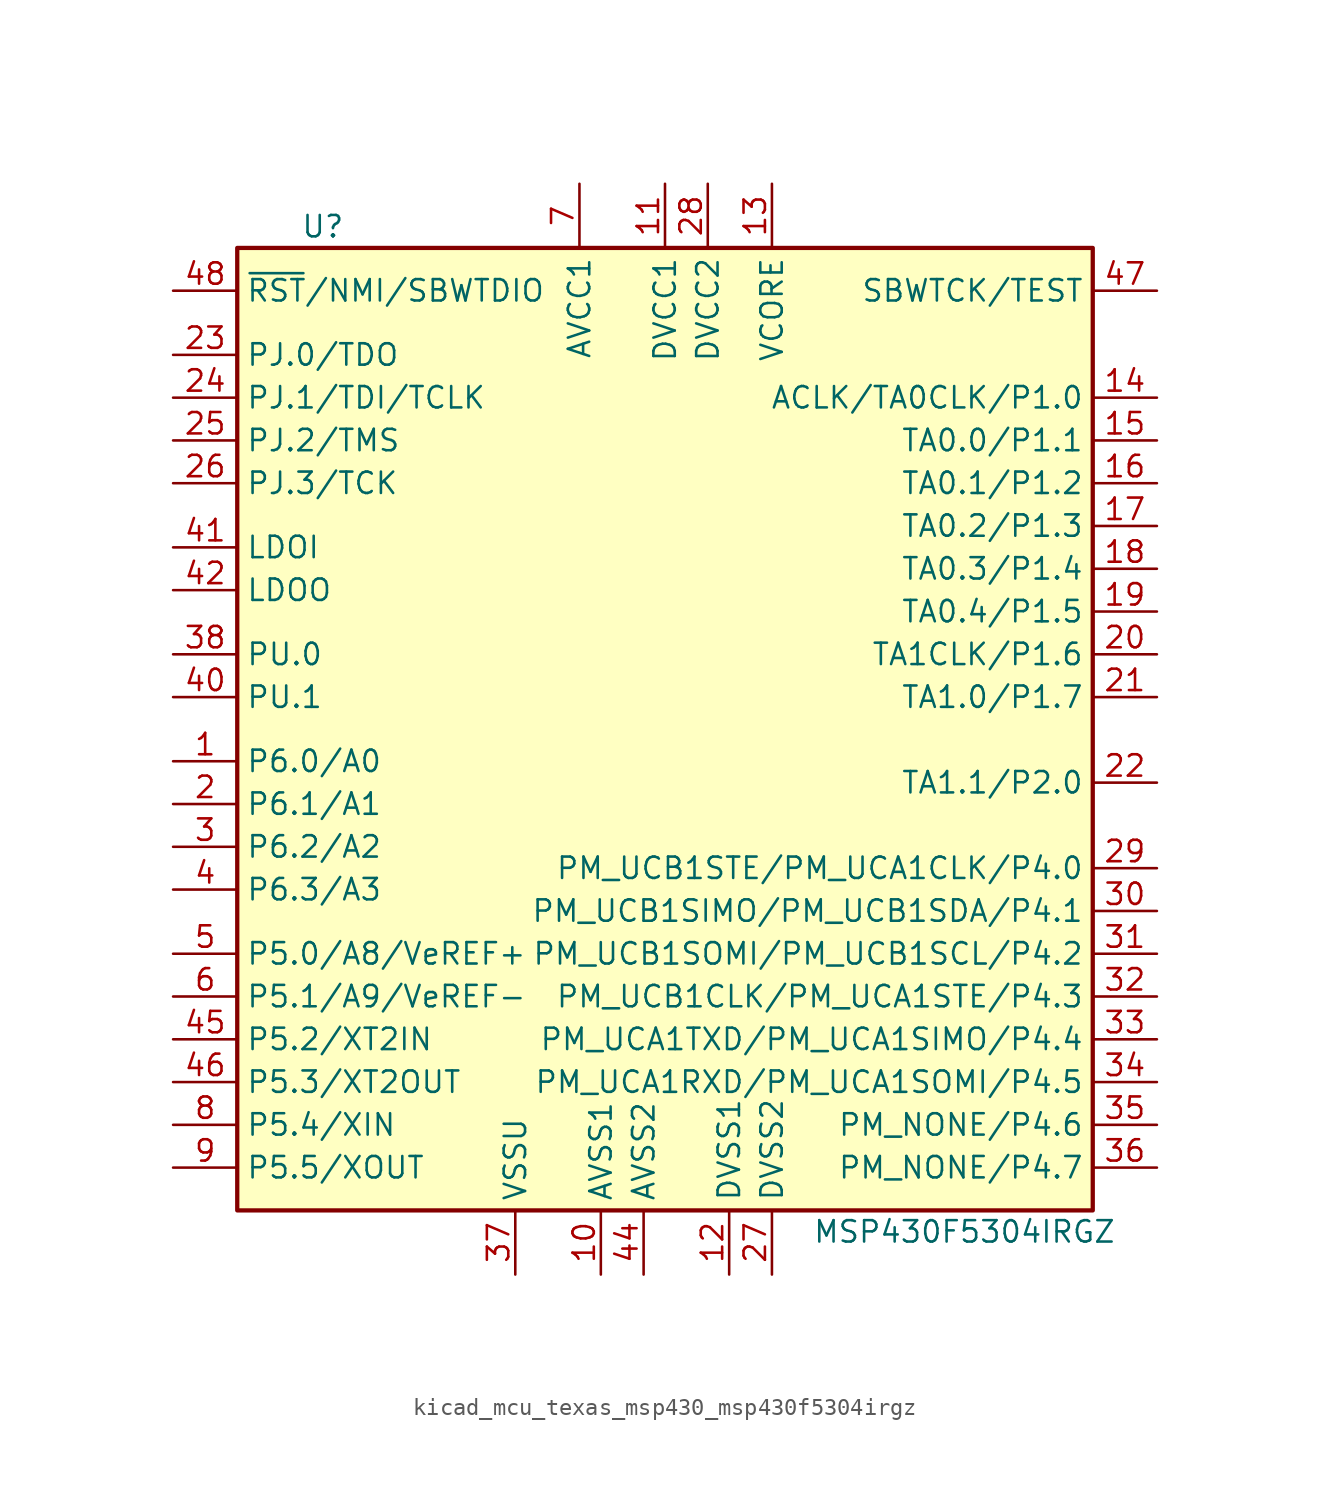
<source format=kicad_sym>
(kicad_symbol_lib
  (version 20220914)
  (generator kicad_symbol_editor)
  (symbol "kicad_mcu_texas_msp430_msp430f5304irgz"
    (property "Reference" "U"
      (at -21.59 30.48 0)
      (effects (font (size 1.27 1.27))))
    (property "Value" "MSP430F5304IRGZ"
      (at 16.51 -29.21 0)
      (effects (font (size 1.27 1.27))))
    (symbol "kicad_mcu_texas_msp430_msp430f5304irgz_0_1"
      (rectangle (start -26.67 29.21) (end 24.13 -27.94) (stroke (width 0.254) (type default)) (fill (type background))))
    (symbol "kicad_mcu_texas_msp430_msp430f5304irgz_1_1"
      (pin bidirectional line (at -30.48 -1.27 0) (length 3.81) (name "P6.0/A0" (effects (font (size 1.27 1.27)))) (number "1" (effects (font (size 1.27 1.27)))))
      (pin power_in line (at -5.08 -31.75 90) (length 3.81) (name "AVSS1" (effects (font (size 1.27 1.27)))) (number "10" (effects (font (size 1.27 1.27)))))
      (pin power_in line (at -1.27 33.02 270) (length 3.81) (name "DVCC1" (effects (font (size 1.27 1.27)))) (number "11" (effects (font (size 1.27 1.27)))))
      (pin power_in line (at 2.54 -31.75 90) (length 3.81) (name "DVSS1" (effects (font (size 1.27 1.27)))) (number "12" (effects (font (size 1.27 1.27)))))
      (pin bidirectional line (at 5.08 33.02 270) (length 3.81) (name "VCORE" (effects (font (size 1.27 1.27)))) (number "13" (effects (font (size 1.27 1.27)))))
      (pin bidirectional line (at 27.94 20.32 180) (length 3.81) (name "ACLK/TA0CLK/P1.0" (effects (font (size 1.27 1.27)))) (number "14" (effects (font (size 1.27 1.27)))))
      (pin bidirectional line (at 27.94 17.78 180) (length 3.81) (name "TA0.0/P1.1" (effects (font (size 1.27 1.27)))) (number "15" (effects (font (size 1.27 1.27)))))
      (pin bidirectional line (at 27.94 15.24 180) (length 3.81) (name "TA0.1/P1.2" (effects (font (size 1.27 1.27)))) (number "16" (effects (font (size 1.27 1.27)))))
      (pin bidirectional line (at 27.94 12.7 180) (length 3.81) (name "TA0.2/P1.3" (effects (font (size 1.27 1.27)))) (number "17" (effects (font (size 1.27 1.27)))))
      (pin bidirectional line (at 27.94 10.16 180) (length 3.81) (name "TA0.3/P1.4" (effects (font (size 1.27 1.27)))) (number "18" (effects (font (size 1.27 1.27)))))
      (pin bidirectional line (at 27.94 7.62 180) (length 3.81) (name "TA0.4/P1.5" (effects (font (size 1.27 1.27)))) (number "19" (effects (font (size 1.27 1.27)))))
      (pin bidirectional line (at -30.48 -3.81 0) (length 3.81) (name "P6.1/A1" (effects (font (size 1.27 1.27)))) (number "2" (effects (font (size 1.27 1.27)))))
      (pin bidirectional line (at 27.94 5.08 180) (length 3.81) (name "TA1CLK/P1.6" (effects (font (size 1.27 1.27)))) (number "20" (effects (font (size 1.27 1.27)))))
      (pin bidirectional line (at 27.94 2.54 180) (length 3.81) (name "TA1.0/P1.7" (effects (font (size 1.27 1.27)))) (number "21" (effects (font (size 1.27 1.27)))))
      (pin bidirectional line (at 27.94 -2.54 180) (length 3.81) (name "TA1.1/P2.0" (effects (font (size 1.27 1.27)))) (number "22" (effects (font (size 1.27 1.27)))))
      (pin bidirectional line (at -30.48 22.86 0) (length 3.81) (name "PJ.0/TDO" (effects (font (size 1.27 1.27)))) (number "23" (effects (font (size 1.27 1.27)))))
      (pin bidirectional line (at -30.48 20.32 0) (length 3.81) (name "PJ.1/TDI/TCLK" (effects (font (size 1.27 1.27)))) (number "24" (effects (font (size 1.27 1.27)))))
      (pin bidirectional line (at -30.48 17.78 0) (length 3.81) (name "PJ.2/TMS" (effects (font (size 1.27 1.27)))) (number "25" (effects (font (size 1.27 1.27)))))
      (pin bidirectional line (at -30.48 15.24 0) (length 3.81) (name "PJ.3/TCK" (effects (font (size 1.27 1.27)))) (number "26" (effects (font (size 1.27 1.27)))))
      (pin power_in line (at 5.08 -31.75 90) (length 3.81) (name "DVSS2" (effects (font (size 1.27 1.27)))) (number "27" (effects (font (size 1.27 1.27)))))
      (pin power_in line (at 1.27 33.02 270) (length 3.81) (name "DVCC2" (effects (font (size 1.27 1.27)))) (number "28" (effects (font (size 1.27 1.27)))))
      (pin bidirectional line (at 27.94 -7.62 180) (length 3.81) (name "PM_UCB1STE/PM_UCA1CLK/P4.0" (effects (font (size 1.27 1.27)))) (number "29" (effects (font (size 1.27 1.27)))))
      (pin bidirectional line (at -30.48 -6.35 0) (length 3.81) (name "P6.2/A2" (effects (font (size 1.27 1.27)))) (number "3" (effects (font (size 1.27 1.27)))))
      (pin bidirectional line (at 27.94 -10.16 180) (length 3.81) (name "PM_UCB1SIMO/PM_UCB1SDA/P4.1" (effects (font (size 1.27 1.27)))) (number "30" (effects (font (size 1.27 1.27)))))
      (pin bidirectional line (at 27.94 -12.7 180) (length 3.81) (name "PM_UCB1SOMI/PM_UCB1SCL/P4.2" (effects (font (size 1.27 1.27)))) (number "31" (effects (font (size 1.27 1.27)))))
      (pin bidirectional line (at 27.94 -15.24 180) (length 3.81) (name "PM_UCB1CLK/PM_UCA1STE/P4.3" (effects (font (size 1.27 1.27)))) (number "32" (effects (font (size 1.27 1.27)))))
      (pin bidirectional line (at 27.94 -17.78 180) (length 3.81) (name "PM_UCA1TXD/PM_UCA1SIMO/P4.4" (effects (font (size 1.27 1.27)))) (number "33" (effects (font (size 1.27 1.27)))))
      (pin bidirectional line (at 27.94 -20.32 180) (length 3.81) (name "PM_UCA1RXD/PM_UCA1SOMI/P4.5" (effects (font (size 1.27 1.27)))) (number "34" (effects (font (size 1.27 1.27)))))
      (pin bidirectional line (at 27.94 -22.86 180) (length 3.81) (name "PM_NONE/P4.6" (effects (font (size 1.27 1.27)))) (number "35" (effects (font (size 1.27 1.27)))))
      (pin bidirectional line (at 27.94 -25.4 180) (length 3.81) (name "PM_NONE/P4.7" (effects (font (size 1.27 1.27)))) (number "36" (effects (font (size 1.27 1.27)))))
      (pin power_in line (at -10.16 -31.75 90) (length 3.81) (name "VSSU" (effects (font (size 1.27 1.27)))) (number "37" (effects (font (size 1.27 1.27)))))
      (pin bidirectional line (at -30.48 5.08 0) (length 3.81) (name "PU.0" (effects (font (size 1.27 1.27)))) (number "38" (effects (font (size 1.27 1.27)))))
      (pin bidirectional line (at -30.48 -8.89 0) (length 3.81) (name "P6.3/A3" (effects (font (size 1.27 1.27)))) (number "4" (effects (font (size 1.27 1.27)))))
      (pin bidirectional line (at -30.48 2.54 0) (length 3.81) (name "PU.1" (effects (font (size 1.27 1.27)))) (number "40" (effects (font (size 1.27 1.27)))))
      (pin power_in line (at -30.48 11.43 0) (length 3.81) (name "LDOI" (effects (font (size 1.27 1.27)))) (number "41" (effects (font (size 1.27 1.27)))))
      (pin power_out line (at -30.48 8.89 0) (length 3.81) (name "LDOO" (effects (font (size 1.27 1.27)))) (number "42" (effects (font (size 1.27 1.27)))))
      (pin power_in line (at -2.54 -31.75 90) (length 3.81) (name "AVSS2" (effects (font (size 1.27 1.27)))) (number "44" (effects (font (size 1.27 1.27)))))
      (pin bidirectional line (at -30.48 -17.78 0) (length 3.81) (name "P5.2/XT2IN" (effects (font (size 1.27 1.27)))) (number "45" (effects (font (size 1.27 1.27)))))
      (pin bidirectional line (at -30.48 -20.32 0) (length 3.81) (name "P5.3/XT2OUT" (effects (font (size 1.27 1.27)))) (number "46" (effects (font (size 1.27 1.27)))))
      (pin input line (at 27.94 26.67 180) (length 3.81) (name "SBWTCK/TEST" (effects (font (size 1.27 1.27)))) (number "47" (effects (font (size 1.27 1.27)))))
      (pin input line (at -30.48 26.67 0) (length 3.81) (name "~{RST}/NMI/SBWTDIO" (effects (font (size 1.27 1.27)))) (number "48" (effects (font (size 1.27 1.27)))))
      (pin bidirectional line (at -30.48 -12.7 0) (length 3.81) (name "P5.0/A8/VeREF+" (effects (font (size 1.27 1.27)))) (number "5" (effects (font (size 1.27 1.27)))))
      (pin bidirectional line (at -30.48 -15.24 0) (length 3.81) (name "P5.1/A9/VeREF-" (effects (font (size 1.27 1.27)))) (number "6" (effects (font (size 1.27 1.27)))))
      (pin power_in line (at -6.35 33.02 270) (length 3.81) (name "AVCC1" (effects (font (size 1.27 1.27)))) (number "7" (effects (font (size 1.27 1.27)))))
      (pin bidirectional line (at -30.48 -22.86 0) (length 3.81) (name "P5.4/XIN" (effects (font (size 1.27 1.27)))) (number "8" (effects (font (size 1.27 1.27)))))
      (pin bidirectional line (at -30.48 -25.4 0) (length 3.81) (name "P5.5/XOUT" (effects (font (size 1.27 1.27)))) (number "9" (effects (font (size 1.27 1.27))))))))
</source>
